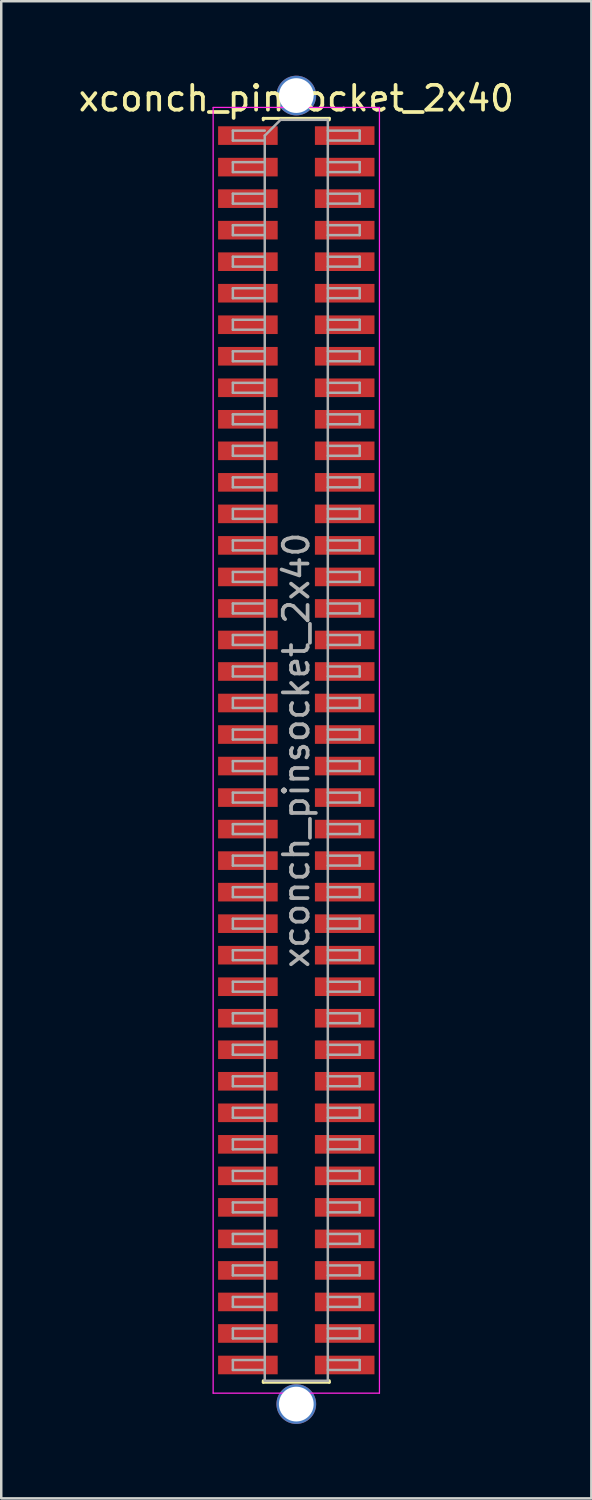
<source format=kicad_pcb>
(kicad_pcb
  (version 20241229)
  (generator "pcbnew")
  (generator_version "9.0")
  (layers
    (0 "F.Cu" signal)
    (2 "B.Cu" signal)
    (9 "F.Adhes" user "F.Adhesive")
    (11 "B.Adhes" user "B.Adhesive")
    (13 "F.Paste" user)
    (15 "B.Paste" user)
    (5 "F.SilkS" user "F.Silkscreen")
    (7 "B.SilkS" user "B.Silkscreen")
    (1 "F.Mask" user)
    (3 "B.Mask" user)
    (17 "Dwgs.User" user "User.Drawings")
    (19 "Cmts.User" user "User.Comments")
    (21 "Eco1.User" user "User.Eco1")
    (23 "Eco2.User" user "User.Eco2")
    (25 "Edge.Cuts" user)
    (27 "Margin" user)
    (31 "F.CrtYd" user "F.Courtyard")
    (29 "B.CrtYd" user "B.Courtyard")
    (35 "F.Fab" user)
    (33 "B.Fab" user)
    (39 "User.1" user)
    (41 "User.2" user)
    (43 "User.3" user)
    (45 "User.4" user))
  (footprint "xconch_pinsocket_2x40"
    (layer "F.Cu")
    (at 8.887 27.178)
    (property "Reference" "xconch_pinsocket_2x40" (at 0 -26.265 0) (layer "F.SilkS") (effects (font (size 1 1) (thickness 0.15))))
    (attr smd)
    (fp_line (start -1.33 -25.46) (end -1.33 -25.4) (stroke (width 0.12) (type solid)) (layer "F.SilkS"))
    (fp_line (start -1.33 -25.46) (end 1.33 -25.46) (stroke (width 0.12) (type solid)) (layer "F.SilkS"))
    (fp_line (start -1.33 25.4) (end -1.33 25.46) (stroke (width 0.12) (type solid)) (layer "F.SilkS"))
    (fp_line (start -1.33 25.46) (end 1.33 25.46) (stroke (width 0.12) (type solid)) (layer "F.SilkS"))
    (fp_line (start 1.33 -25.46) (end 1.33 -25.4) (stroke (width 0.12) (type solid)) (layer "F.SilkS"))
    (fp_line (start 1.33 25.4) (end 1.33 25.46) (stroke (width 0.12) (type solid)) (layer "F.SilkS"))
    (fp_line (start -3.35 -25.9) (end 3.35 -25.9) (stroke (width 0.05) (type solid)) (layer "F.CrtYd"))
    (fp_line (start -3.35 25.9) (end -3.35 -25.9) (stroke (width 0.05) (type solid)) (layer "F.CrtYd"))
    (fp_line (start 3.35 -25.9) (end 3.35 25.9) (stroke (width 0.05) (type solid)) (layer "F.CrtYd"))
    (fp_line (start 3.35 25.9) (end -3.35 25.9) (stroke (width 0.05) (type solid)) (layer "F.CrtYd"))
    (fp_line (start -2.555 -24.965) (end -1.27 -24.965) (stroke (width 0.1) (type solid)) (layer "F.Fab"))
    (fp_line (start -2.555 -24.565) (end -2.555 -24.965) (stroke (width 0.1) (type solid)) (layer "F.Fab"))
    (fp_line (start -2.555 -23.695) (end -1.27 -23.695) (stroke (width 0.1) (type solid)) (layer "F.Fab"))
    (fp_line (start -2.555 -23.295) (end -2.555 -23.695) (stroke (width 0.1) (type solid)) (layer "F.Fab"))
    (fp_line (start -2.555 -22.425) (end -1.27 -22.425) (stroke (width 0.1) (type solid)) (layer "F.Fab"))
    (fp_line (start -2.555 -22.025) (end -2.555 -22.425) (stroke (width 0.1) (type solid)) (layer "F.Fab"))
    (fp_line (start -2.555 -21.155) (end -1.27 -21.155) (stroke (width 0.1) (type solid)) (layer "F.Fab"))
    (fp_line (start -2.555 -20.755) (end -2.555 -21.155) (stroke (width 0.1) (type solid)) (layer "F.Fab"))
    (fp_line (start -2.555 -19.885) (end -1.27 -19.885) (stroke (width 0.1) (type solid)) (layer "F.Fab"))
    (fp_line (start -2.555 -19.485) (end -2.555 -19.885) (stroke (width 0.1) (type solid)) (layer "F.Fab"))
    (fp_line (start -2.555 -18.615) (end -1.27 -18.615) (stroke (width 0.1) (type solid)) (layer "F.Fab"))
    (fp_line (start -2.555 -18.215) (end -2.555 -18.615) (stroke (width 0.1) (type solid)) (layer "F.Fab"))
    (fp_line (start -2.555 -17.345) (end -1.27 -17.345) (stroke (width 0.1) (type solid)) (layer "F.Fab"))
    (fp_line (start -2.555 -16.945) (end -2.555 -17.345) (stroke (width 0.1) (type solid)) (layer "F.Fab"))
    (fp_line (start -2.555 -16.075) (end -1.27 -16.075) (stroke (width 0.1) (type solid)) (layer "F.Fab"))
    (fp_line (start -2.555 -15.675) (end -2.555 -16.075) (stroke (width 0.1) (type solid)) (layer "F.Fab"))
    (fp_line (start -2.555 -14.805) (end -1.27 -14.805) (stroke (width 0.1) (type solid)) (layer "F.Fab"))
    (fp_line (start -2.555 -14.405) (end -2.555 -14.805) (stroke (width 0.1) (type solid)) (layer "F.Fab"))
    (fp_line (start -2.555 -13.535) (end -1.27 -13.535) (stroke (width 0.1) (type solid)) (layer "F.Fab"))
    (fp_line (start -2.555 -13.135) (end -2.555 -13.535) (stroke (width 0.1) (type solid)) (layer "F.Fab"))
    (fp_line (start -2.555 -12.265) (end -1.27 -12.265) (stroke (width 0.1) (type solid)) (layer "F.Fab"))
    (fp_line (start -2.555 -11.865) (end -2.555 -12.265) (stroke (width 0.1) (type solid)) (layer "F.Fab"))
    (fp_line (start -2.555 -10.995) (end -1.27 -10.995) (stroke (width 0.1) (type solid)) (layer "F.Fab"))
    (fp_line (start -2.555 -10.595) (end -2.555 -10.995) (stroke (width 0.1) (type solid)) (layer "F.Fab"))
    (fp_line (start -2.555 -9.725) (end -1.27 -9.725) (stroke (width 0.1) (type solid)) (layer "F.Fab"))
    (fp_line (start -2.555 -9.325) (end -2.555 -9.725) (stroke (width 0.1) (type solid)) (layer "F.Fab"))
    (fp_line (start -2.555 -8.455) (end -1.27 -8.455) (stroke (width 0.1) (type solid)) (layer "F.Fab"))
    (fp_line (start -2.555 -8.055) (end -2.555 -8.455) (stroke (width 0.1) (type solid)) (layer "F.Fab"))
    (fp_line (start -2.555 -7.185) (end -1.27 -7.185) (stroke (width 0.1) (type solid)) (layer "F.Fab"))
    (fp_line (start -2.555 -6.785) (end -2.555 -7.185) (stroke (width 0.1) (type solid)) (layer "F.Fab"))
    (fp_line (start -2.555 -5.915) (end -1.27 -5.915) (stroke (width 0.1) (type solid)) (layer "F.Fab"))
    (fp_line (start -2.555 -5.515) (end -2.555 -5.915) (stroke (width 0.1) (type solid)) (layer "F.Fab"))
    (fp_line (start -2.555 -4.645) (end -1.27 -4.645) (stroke (width 0.1) (type solid)) (layer "F.Fab"))
    (fp_line (start -2.555 -4.245) (end -2.555 -4.645) (stroke (width 0.1) (type solid)) (layer "F.Fab"))
    (fp_line (start -2.555 -3.375) (end -1.27 -3.375) (stroke (width 0.1) (type solid)) (layer "F.Fab"))
    (fp_line (start -2.555 -2.975) (end -2.555 -3.375) (stroke (width 0.1) (type solid)) (layer "F.Fab"))
    (fp_line (start -2.555 -2.105) (end -1.27 -2.105) (stroke (width 0.1) (type solid)) (layer "F.Fab"))
    (fp_line (start -2.555 -1.705) (end -2.555 -2.105) (stroke (width 0.1) (type solid)) (layer "F.Fab"))
    (fp_line (start -2.555 -0.835) (end -1.27 -0.835) (stroke (width 0.1) (type solid)) (layer "F.Fab"))
    (fp_line (start -2.555 -0.435) (end -2.555 -0.835) (stroke (width 0.1) (type solid)) (layer "F.Fab"))
    (fp_line (start -2.555 0.435) (end -1.27 0.435) (stroke (width 0.1) (type solid)) (layer "F.Fab"))
    (fp_line (start -2.555 0.835) (end -2.555 0.435) (stroke (width 0.1) (type solid)) (layer "F.Fab"))
    (fp_line (start -2.555 1.705) (end -1.27 1.705) (stroke (width 0.1) (type solid)) (layer "F.Fab"))
    (fp_line (start -2.555 2.105) (end -2.555 1.705) (stroke (width 0.1) (type solid)) (layer "F.Fab"))
    (fp_line (start -2.555 2.975) (end -1.27 2.975) (stroke (width 0.1) (type solid)) (layer "F.Fab"))
    (fp_line (start -2.555 3.375) (end -2.555 2.975) (stroke (width 0.1) (type solid)) (layer "F.Fab"))
    (fp_line (start -2.555 4.245) (end -1.27 4.245) (stroke (width 0.1) (type solid)) (layer "F.Fab"))
    (fp_line (start -2.555 4.645) (end -2.555 4.245) (stroke (width 0.1) (type solid)) (layer "F.Fab"))
    (fp_line (start -2.555 5.515) (end -1.27 5.515) (stroke (width 0.1) (type solid)) (layer "F.Fab"))
    (fp_line (start -2.555 5.915) (end -2.555 5.515) (stroke (width 0.1) (type solid)) (layer "F.Fab"))
    (fp_line (start -2.555 6.785) (end -1.27 6.785) (stroke (width 0.1) (type solid)) (layer "F.Fab"))
    (fp_line (start -2.555 7.185) (end -2.555 6.785) (stroke (width 0.1) (type solid)) (layer "F.Fab"))
    (fp_line (start -2.555 8.055) (end -1.27 8.055) (stroke (width 0.1) (type solid)) (layer "F.Fab"))
    (fp_line (start -2.555 8.455) (end -2.555 8.055) (stroke (width 0.1) (type solid)) (layer "F.Fab"))
    (fp_line (start -2.555 9.325) (end -1.27 9.325) (stroke (width 0.1) (type solid)) (layer "F.Fab"))
    (fp_line (start -2.555 9.725) (end -2.555 9.325) (stroke (width 0.1) (type solid)) (layer "F.Fab"))
    (fp_line (start -2.555 10.595) (end -1.27 10.595) (stroke (width 0.1) (type solid)) (layer "F.Fab"))
    (fp_line (start -2.555 10.995) (end -2.555 10.595) (stroke (width 0.1) (type solid)) (layer "F.Fab"))
    (fp_line (start -2.555 11.865) (end -1.27 11.865) (stroke (width 0.1) (type solid)) (layer "F.Fab"))
    (fp_line (start -2.555 12.265) (end -2.555 11.865) (stroke (width 0.1) (type solid)) (layer "F.Fab"))
    (fp_line (start -2.555 13.135) (end -1.27 13.135) (stroke (width 0.1) (type solid)) (layer "F.Fab"))
    (fp_line (start -2.555 13.535) (end -2.555 13.135) (stroke (width 0.1) (type solid)) (layer "F.Fab"))
    (fp_line (start -2.555 14.405) (end -1.27 14.405) (stroke (width 0.1) (type solid)) (layer "F.Fab"))
    (fp_line (start -2.555 14.805) (end -2.555 14.405) (stroke (width 0.1) (type solid)) (layer "F.Fab"))
    (fp_line (start -2.555 15.675) (end -1.27 15.675) (stroke (width 0.1) (type solid)) (layer "F.Fab"))
    (fp_line (start -2.555 16.075) (end -2.555 15.675) (stroke (width 0.1) (type solid)) (layer "F.Fab"))
    (fp_line (start -2.555 16.945) (end -1.27 16.945) (stroke (width 0.1) (type solid)) (layer "F.Fab"))
    (fp_line (start -2.555 17.345) (end -2.555 16.945) (stroke (width 0.1) (type solid)) (layer "F.Fab"))
    (fp_line (start -2.555 18.215) (end -1.27 18.215) (stroke (width 0.1) (type solid)) (layer "F.Fab"))
    (fp_line (start -2.555 18.615) (end -2.555 18.215) (stroke (width 0.1) (type solid)) (layer "F.Fab"))
    (fp_line (start -2.555 19.485) (end -1.27 19.485) (stroke (width 0.1) (type solid)) (layer "F.Fab"))
    (fp_line (start -2.555 19.885) (end -2.555 19.485) (stroke (width 0.1) (type solid)) (layer "F.Fab"))
    (fp_line (start -2.555 20.755) (end -1.27 20.755) (stroke (width 0.1) (type solid)) (layer "F.Fab"))
    (fp_line (start -2.555 21.155) (end -2.555 20.755) (stroke (width 0.1) (type solid)) (layer "F.Fab"))
    (fp_line (start -2.555 22.025) (end -1.27 22.025) (stroke (width 0.1) (type solid)) (layer "F.Fab"))
    (fp_line (start -2.555 22.425) (end -2.555 22.025) (stroke (width 0.1) (type solid)) (layer "F.Fab"))
    (fp_line (start -2.555 23.295) (end -1.27 23.295) (stroke (width 0.1) (type solid)) (layer "F.Fab"))
    (fp_line (start -2.555 23.695) (end -2.555 23.295) (stroke (width 0.1) (type solid)) (layer "F.Fab"))
    (fp_line (start -2.555 24.565) (end -1.27 24.565) (stroke (width 0.1) (type solid)) (layer "F.Fab"))
    (fp_line (start -2.555 24.965) (end -2.555 24.565) (stroke (width 0.1) (type solid)) (layer "F.Fab"))
    (fp_line (start -1.27 -24.765) (end -1.27 25.4) (stroke (width 0.1) (type solid)) (layer "F.Fab"))
    (fp_line (start -1.27 -24.565) (end -2.555 -24.565) (stroke (width 0.1) (type solid)) (layer "F.Fab"))
    (fp_line (start -1.27 -23.295) (end -2.555 -23.295) (stroke (width 0.1) (type solid)) (layer "F.Fab"))
    (fp_line (start -1.27 -22.025) (end -2.555 -22.025) (stroke (width 0.1) (type solid)) (layer "F.Fab"))
    (fp_line (start -1.27 -20.755) (end -2.555 -20.755) (stroke (width 0.1) (type solid)) (layer "F.Fab"))
    (fp_line (start -1.27 -19.485) (end -2.555 -19.485) (stroke (width 0.1) (type solid)) (layer "F.Fab"))
    (fp_line (start -1.27 -18.215) (end -2.555 -18.215) (stroke (width 0.1) (type solid)) (layer "F.Fab"))
    (fp_line (start -1.27 -16.945) (end -2.555 -16.945) (stroke (width 0.1) (type solid)) (layer "F.Fab"))
    (fp_line (start -1.27 -15.675) (end -2.555 -15.675) (stroke (width 0.1) (type solid)) (layer "F.Fab"))
    (fp_line (start -1.27 -14.405) (end -2.555 -14.405) (stroke (width 0.1) (type solid)) (layer "F.Fab"))
    (fp_line (start -1.27 -13.135) (end -2.555 -13.135) (stroke (width 0.1) (type solid)) (layer "F.Fab"))
    (fp_line (start -1.27 -11.865) (end -2.555 -11.865) (stroke (width 0.1) (type solid)) (layer "F.Fab"))
    (fp_line (start -1.27 -10.595) (end -2.555 -10.595) (stroke (width 0.1) (type solid)) (layer "F.Fab"))
    (fp_line (start -1.27 -9.325) (end -2.555 -9.325) (stroke (width 0.1) (type solid)) (layer "F.Fab"))
    (fp_line (start -1.27 -8.055) (end -2.555 -8.055) (stroke (width 0.1) (type solid)) (layer "F.Fab"))
    (fp_line (start -1.27 -6.785) (end -2.555 -6.785) (stroke (width 0.1) (type solid)) (layer "F.Fab"))
    (fp_line (start -1.27 -5.515) (end -2.555 -5.515) (stroke (width 0.1) (type solid)) (layer "F.Fab"))
    (fp_line (start -1.27 -4.245) (end -2.555 -4.245) (stroke (width 0.1) (type solid)) (layer "F.Fab"))
    (fp_line (start -1.27 -2.975) (end -2.555 -2.975) (stroke (width 0.1) (type solid)) (layer "F.Fab"))
    (fp_line (start -1.27 -1.705) (end -2.555 -1.705) (stroke (width 0.1) (type solid)) (layer "F.Fab"))
    (fp_line (start -1.27 -0.435) (end -2.555 -0.435) (stroke (width 0.1) (type solid)) (layer "F.Fab"))
    (fp_line (start -1.27 0.835) (end -2.555 0.835) (stroke (width 0.1) (type solid)) (layer "F.Fab"))
    (fp_line (start -1.27 2.105) (end -2.555 2.105) (stroke (width 0.1) (type solid)) (layer "F.Fab"))
    (fp_line (start -1.27 3.375) (end -2.555 3.375) (stroke (width 0.1) (type solid)) (layer "F.Fab"))
    (fp_line (start -1.27 4.645) (end -2.555 4.645) (stroke (width 0.1) (type solid)) (layer "F.Fab"))
    (fp_line (start -1.27 5.915) (end -2.555 5.915) (stroke (width 0.1) (type solid)) (layer "F.Fab"))
    (fp_line (start -1.27 7.185) (end -2.555 7.185) (stroke (width 0.1) (type solid)) (layer "F.Fab"))
    (fp_line (start -1.27 8.455) (end -2.555 8.455) (stroke (width 0.1) (type solid)) (layer "F.Fab"))
    (fp_line (start -1.27 9.725) (end -2.555 9.725) (stroke (width 0.1) (type solid)) (layer "F.Fab"))
    (fp_line (start -1.27 10.995) (end -2.555 10.995) (stroke (width 0.1) (type solid)) (layer "F.Fab"))
    (fp_line (start -1.27 12.265) (end -2.555 12.265) (stroke (width 0.1) (type solid)) (layer "F.Fab"))
    (fp_line (start -1.27 13.535) (end -2.555 13.535) (stroke (width 0.1) (type solid)) (layer "F.Fab"))
    (fp_line (start -1.27 14.805) (end -2.555 14.805) (stroke (width 0.1) (type solid)) (layer "F.Fab"))
    (fp_line (start -1.27 16.075) (end -2.555 16.075) (stroke (width 0.1) (type solid)) (layer "F.Fab"))
    (fp_line (start -1.27 17.345) (end -2.555 17.345) (stroke (width 0.1) (type solid)) (layer "F.Fab"))
    (fp_line (start -1.27 18.615) (end -2.555 18.615) (stroke (width 0.1) (type solid)) (layer "F.Fab"))
    (fp_line (start -1.27 19.885) (end -2.555 19.885) (stroke (width 0.1) (type solid)) (layer "F.Fab"))
    (fp_line (start -1.27 21.155) (end -2.555 21.155) (stroke (width 0.1) (type solid)) (layer "F.Fab"))
    (fp_line (start -1.27 22.425) (end -2.555 22.425) (stroke (width 0.1) (type solid)) (layer "F.Fab"))
    (fp_line (start -1.27 23.695) (end -2.555 23.695) (stroke (width 0.1) (type solid)) (layer "F.Fab"))
    (fp_line (start -1.27 24.965) (end -2.555 24.965) (stroke (width 0.1) (type solid)) (layer "F.Fab"))
    (fp_line (start -0.635 -25.4) (end -1.27 -24.765) (stroke (width 0.1) (type solid)) (layer "F.Fab"))
    (fp_line (start -0.635 -25.4) (end 1.27 -25.4) (stroke (width 0.1) (type solid)) (layer "F.Fab"))
    (fp_line (start 1.27 -24.965) (end 2.555 -24.965) (stroke (width 0.1) (type solid)) (layer "F.Fab"))
    (fp_line (start 1.27 -23.695) (end 2.555 -23.695) (stroke (width 0.1) (type solid)) (layer "F.Fab"))
    (fp_line (start 1.27 -22.425) (end 2.555 -22.425) (stroke (width 0.1) (type solid)) (layer "F.Fab"))
    (fp_line (start 1.27 -21.155) (end 2.555 -21.155) (stroke (width 0.1) (type solid)) (layer "F.Fab"))
    (fp_line (start 1.27 -19.885) (end 2.555 -19.885) (stroke (width 0.1) (type solid)) (layer "F.Fab"))
    (fp_line (start 1.27 -18.615) (end 2.555 -18.615) (stroke (width 0.1) (type solid)) (layer "F.Fab"))
    (fp_line (start 1.27 -17.345) (end 2.555 -17.345) (stroke (width 0.1) (type solid)) (layer "F.Fab"))
    (fp_line (start 1.27 -16.075) (end 2.555 -16.075) (stroke (width 0.1) (type solid)) (layer "F.Fab"))
    (fp_line (start 1.27 -14.805) (end 2.555 -14.805) (stroke (width 0.1) (type solid)) (layer "F.Fab"))
    (fp_line (start 1.27 -13.535) (end 2.555 -13.535) (stroke (width 0.1) (type solid)) (layer "F.Fab"))
    (fp_line (start 1.27 -12.265) (end 2.555 -12.265) (stroke (width 0.1) (type solid)) (layer "F.Fab"))
    (fp_line (start 1.27 -10.995) (end 2.555 -10.995) (stroke (width 0.1) (type solid)) (layer "F.Fab"))
    (fp_line (start 1.27 -9.725) (end 2.555 -9.725) (stroke (width 0.1) (type solid)) (layer "F.Fab"))
    (fp_line (start 1.27 -8.455) (end 2.555 -8.455) (stroke (width 0.1) (type solid)) (layer "F.Fab"))
    (fp_line (start 1.27 -7.185) (end 2.555 -7.185) (stroke (width 0.1) (type solid)) (layer "F.Fab"))
    (fp_line (start 1.27 -5.915) (end 2.555 -5.915) (stroke (width 0.1) (type solid)) (layer "F.Fab"))
    (fp_line (start 1.27 -4.645) (end 2.555 -4.645) (stroke (width 0.1) (type solid)) (layer "F.Fab"))
    (fp_line (start 1.27 -3.375) (end 2.555 -3.375) (stroke (width 0.1) (type solid)) (layer "F.Fab"))
    (fp_line (start 1.27 -2.105) (end 2.555 -2.105) (stroke (width 0.1) (type solid)) (layer "F.Fab"))
    (fp_line (start 1.27 -0.835) (end 2.555 -0.835) (stroke (width 0.1) (type solid)) (layer "F.Fab"))
    (fp_line (start 1.27 0.435) (end 2.555 0.435) (stroke (width 0.1) (type solid)) (layer "F.Fab"))
    (fp_line (start 1.27 1.705) (end 2.555 1.705) (stroke (width 0.1) (type solid)) (layer "F.Fab"))
    (fp_line (start 1.27 2.975) (end 2.555 2.975) (stroke (width 0.1) (type solid)) (layer "F.Fab"))
    (fp_line (start 1.27 4.245) (end 2.555 4.245) (stroke (width 0.1) (type solid)) (layer "F.Fab"))
    (fp_line (start 1.27 5.515) (end 2.555 5.515) (stroke (width 0.1) (type solid)) (layer "F.Fab"))
    (fp_line (start 1.27 6.785) (end 2.555 6.785) (stroke (width 0.1) (type solid)) (layer "F.Fab"))
    (fp_line (start 1.27 8.055) (end 2.555 8.055) (stroke (width 0.1) (type solid)) (layer "F.Fab"))
    (fp_line (start 1.27 9.325) (end 2.555 9.325) (stroke (width 0.1) (type solid)) (layer "F.Fab"))
    (fp_line (start 1.27 10.595) (end 2.555 10.595) (stroke (width 0.1) (type solid)) (layer "F.Fab"))
    (fp_line (start 1.27 11.865) (end 2.555 11.865) (stroke (width 0.1) (type solid)) (layer "F.Fab"))
    (fp_line (start 1.27 13.135) (end 2.555 13.135) (stroke (width 0.1) (type solid)) (layer "F.Fab"))
    (fp_line (start 1.27 14.405) (end 2.555 14.405) (stroke (width 0.1) (type solid)) (layer "F.Fab"))
    (fp_line (start 1.27 15.675) (end 2.555 15.675) (stroke (width 0.1) (type solid)) (layer "F.Fab"))
    (fp_line (start 1.27 16.945) (end 2.555 16.945) (stroke (width 0.1) (type solid)) (layer "F.Fab"))
    (fp_line (start 1.27 18.215) (end 2.555 18.215) (stroke (width 0.1) (type solid)) (layer "F.Fab"))
    (fp_line (start 1.27 19.485) (end 2.555 19.485) (stroke (width 0.1) (type solid)) (layer "F.Fab"))
    (fp_line (start 1.27 20.755) (end 2.555 20.755) (stroke (width 0.1) (type solid)) (layer "F.Fab"))
    (fp_line (start 1.27 22.025) (end 2.555 22.025) (stroke (width 0.1) (type solid)) (layer "F.Fab"))
    (fp_line (start 1.27 23.295) (end 2.555 23.295) (stroke (width 0.1) (type solid)) (layer "F.Fab"))
    (fp_line (start 1.27 24.565) (end 2.555 24.565) (stroke (width 0.1) (type solid)) (layer "F.Fab"))
    (fp_line (start 1.27 25.4) (end -1.27 25.4) (stroke (width 0.1) (type solid)) (layer "F.Fab"))
    (fp_line (start 1.27 25.4) (end 1.27 -25.4) (stroke (width 0.1) (type solid)) (layer "F.Fab"))
    (fp_line (start 2.555 -24.965) (end 2.555 -24.565) (stroke (width 0.1) (type solid)) (layer "F.Fab"))
    (fp_line (start 2.555 -24.565) (end 1.27 -24.565) (stroke (width 0.1) (type solid)) (layer "F.Fab"))
    (fp_line (start 2.555 -23.695) (end 2.555 -23.295) (stroke (width 0.1) (type solid)) (layer "F.Fab"))
    (fp_line (start 2.555 -23.295) (end 1.27 -23.295) (stroke (width 0.1) (type solid)) (layer "F.Fab"))
    (fp_line (start 2.555 -22.425) (end 2.555 -22.025) (stroke (width 0.1) (type solid)) (layer "F.Fab"))
    (fp_line (start 2.555 -22.025) (end 1.27 -22.025) (stroke (width 0.1) (type solid)) (layer "F.Fab"))
    (fp_line (start 2.555 -21.155) (end 2.555 -20.755) (stroke (width 0.1) (type solid)) (layer "F.Fab"))
    (fp_line (start 2.555 -20.755) (end 1.27 -20.755) (stroke (width 0.1) (type solid)) (layer "F.Fab"))
    (fp_line (start 2.555 -19.885) (end 2.555 -19.485) (stroke (width 0.1) (type solid)) (layer "F.Fab"))
    (fp_line (start 2.555 -19.485) (end 1.27 -19.485) (stroke (width 0.1) (type solid)) (layer "F.Fab"))
    (fp_line (start 2.555 -18.615) (end 2.555 -18.215) (stroke (width 0.1) (type solid)) (layer "F.Fab"))
    (fp_line (start 2.555 -18.215) (end 1.27 -18.215) (stroke (width 0.1) (type solid)) (layer "F.Fab"))
    (fp_line (start 2.555 -17.345) (end 2.555 -16.945) (stroke (width 0.1) (type solid)) (layer "F.Fab"))
    (fp_line (start 2.555 -16.945) (end 1.27 -16.945) (stroke (width 0.1) (type solid)) (layer "F.Fab"))
    (fp_line (start 2.555 -16.075) (end 2.555 -15.675) (stroke (width 0.1) (type solid)) (layer "F.Fab"))
    (fp_line (start 2.555 -15.675) (end 1.27 -15.675) (stroke (width 0.1) (type solid)) (layer "F.Fab"))
    (fp_line (start 2.555 -14.805) (end 2.555 -14.405) (stroke (width 0.1) (type solid)) (layer "F.Fab"))
    (fp_line (start 2.555 -14.405) (end 1.27 -14.405) (stroke (width 0.1) (type solid)) (layer "F.Fab"))
    (fp_line (start 2.555 -13.535) (end 2.555 -13.135) (stroke (width 0.1) (type solid)) (layer "F.Fab"))
    (fp_line (start 2.555 -13.135) (end 1.27 -13.135) (stroke (width 0.1) (type solid)) (layer "F.Fab"))
    (fp_line (start 2.555 -12.265) (end 2.555 -11.865) (stroke (width 0.1) (type solid)) (layer "F.Fab"))
    (fp_line (start 2.555 -11.865) (end 1.27 -11.865) (stroke (width 0.1) (type solid)) (layer "F.Fab"))
    (fp_line (start 2.555 -10.995) (end 2.555 -10.595) (stroke (width 0.1) (type solid)) (layer "F.Fab"))
    (fp_line (start 2.555 -10.595) (end 1.27 -10.595) (stroke (width 0.1) (type solid)) (layer "F.Fab"))
    (fp_line (start 2.555 -9.725) (end 2.555 -9.325) (stroke (width 0.1) (type solid)) (layer "F.Fab"))
    (fp_line (start 2.555 -9.325) (end 1.27 -9.325) (stroke (width 0.1) (type solid)) (layer "F.Fab"))
    (fp_line (start 2.555 -8.455) (end 2.555 -8.055) (stroke (width 0.1) (type solid)) (layer "F.Fab"))
    (fp_line (start 2.555 -8.055) (end 1.27 -8.055) (stroke (width 0.1) (type solid)) (layer "F.Fab"))
    (fp_line (start 2.555 -7.185) (end 2.555 -6.785) (stroke (width 0.1) (type solid)) (layer "F.Fab"))
    (fp_line (start 2.555 -6.785) (end 1.27 -6.785) (stroke (width 0.1) (type solid)) (layer "F.Fab"))
    (fp_line (start 2.555 -5.915) (end 2.555 -5.515) (stroke (width 0.1) (type solid)) (layer "F.Fab"))
    (fp_line (start 2.555 -5.515) (end 1.27 -5.515) (stroke (width 0.1) (type solid)) (layer "F.Fab"))
    (fp_line (start 2.555 -4.645) (end 2.555 -4.245) (stroke (width 0.1) (type solid)) (layer "F.Fab"))
    (fp_line (start 2.555 -4.245) (end 1.27 -4.245) (stroke (width 0.1) (type solid)) (layer "F.Fab"))
    (fp_line (start 2.555 -3.375) (end 2.555 -2.975) (stroke (width 0.1) (type solid)) (layer "F.Fab"))
    (fp_line (start 2.555 -2.975) (end 1.27 -2.975) (stroke (width 0.1) (type solid)) (layer "F.Fab"))
    (fp_line (start 2.555 -2.105) (end 2.555 -1.705) (stroke (width 0.1) (type solid)) (layer "F.Fab"))
    (fp_line (start 2.555 -1.705) (end 1.27 -1.705) (stroke (width 0.1) (type solid)) (layer "F.Fab"))
    (fp_line (start 2.555 -0.835) (end 2.555 -0.435) (stroke (width 0.1) (type solid)) (layer "F.Fab"))
    (fp_line (start 2.555 -0.435) (end 1.27 -0.435) (stroke (width 0.1) (type solid)) (layer "F.Fab"))
    (fp_line (start 2.555 0.435) (end 2.555 0.835) (stroke (width 0.1) (type solid)) (layer "F.Fab"))
    (fp_line (start 2.555 0.835) (end 1.27 0.835) (stroke (width 0.1) (type solid)) (layer "F.Fab"))
    (fp_line (start 2.555 1.705) (end 2.555 2.105) (stroke (width 0.1) (type solid)) (layer "F.Fab"))
    (fp_line (start 2.555 2.105) (end 1.27 2.105) (stroke (width 0.1) (type solid)) (layer "F.Fab"))
    (fp_line (start 2.555 2.975) (end 2.555 3.375) (stroke (width 0.1) (type solid)) (layer "F.Fab"))
    (fp_line (start 2.555 3.375) (end 1.27 3.375) (stroke (width 0.1) (type solid)) (layer "F.Fab"))
    (fp_line (start 2.555 4.245) (end 2.555 4.645) (stroke (width 0.1) (type solid)) (layer "F.Fab"))
    (fp_line (start 2.555 4.645) (end 1.27 4.645) (stroke (width 0.1) (type solid)) (layer "F.Fab"))
    (fp_line (start 2.555 5.515) (end 2.555 5.915) (stroke (width 0.1) (type solid)) (layer "F.Fab"))
    (fp_line (start 2.555 5.915) (end 1.27 5.915) (stroke (width 0.1) (type solid)) (layer "F.Fab"))
    (fp_line (start 2.555 6.785) (end 2.555 7.185) (stroke (width 0.1) (type solid)) (layer "F.Fab"))
    (fp_line (start 2.555 7.185) (end 1.27 7.185) (stroke (width 0.1) (type solid)) (layer "F.Fab"))
    (fp_line (start 2.555 8.055) (end 2.555 8.455) (stroke (width 0.1) (type solid)) (layer "F.Fab"))
    (fp_line (start 2.555 8.455) (end 1.27 8.455) (stroke (width 0.1) (type solid)) (layer "F.Fab"))
    (fp_line (start 2.555 9.325) (end 2.555 9.725) (stroke (width 0.1) (type solid)) (layer "F.Fab"))
    (fp_line (start 2.555 9.725) (end 1.27 9.725) (stroke (width 0.1) (type solid)) (layer "F.Fab"))
    (fp_line (start 2.555 10.595) (end 2.555 10.995) (stroke (width 0.1) (type solid)) (layer "F.Fab"))
    (fp_line (start 2.555 10.995) (end 1.27 10.995) (stroke (width 0.1) (type solid)) (layer "F.Fab"))
    (fp_line (start 2.555 11.865) (end 2.555 12.265) (stroke (width 0.1) (type solid)) (layer "F.Fab"))
    (fp_line (start 2.555 12.265) (end 1.27 12.265) (stroke (width 0.1) (type solid)) (layer "F.Fab"))
    (fp_line (start 2.555 13.135) (end 2.555 13.535) (stroke (width 0.1) (type solid)) (layer "F.Fab"))
    (fp_line (start 2.555 13.535) (end 1.27 13.535) (stroke (width 0.1) (type solid)) (layer "F.Fab"))
    (fp_line (start 2.555 14.405) (end 2.555 14.805) (stroke (width 0.1) (type solid)) (layer "F.Fab"))
    (fp_line (start 2.555 14.805) (end 1.27 14.805) (stroke (width 0.1) (type solid)) (layer "F.Fab"))
    (fp_line (start 2.555 15.675) (end 2.555 16.075) (stroke (width 0.1) (type solid)) (layer "F.Fab"))
    (fp_line (start 2.555 16.075) (end 1.27 16.075) (stroke (width 0.1) (type solid)) (layer "F.Fab"))
    (fp_line (start 2.555 16.945) (end 2.555 17.345) (stroke (width 0.1) (type solid)) (layer "F.Fab"))
    (fp_line (start 2.555 17.345) (end 1.27 17.345) (stroke (width 0.1) (type solid)) (layer "F.Fab"))
    (fp_line (start 2.555 18.215) (end 2.555 18.615) (stroke (width 0.1) (type solid)) (layer "F.Fab"))
    (fp_line (start 2.555 18.615) (end 1.27 18.615) (stroke (width 0.1) (type solid)) (layer "F.Fab"))
    (fp_line (start 2.555 19.485) (end 2.555 19.885) (stroke (width 0.1) (type solid)) (layer "F.Fab"))
    (fp_line (start 2.555 19.885) (end 1.27 19.885) (stroke (width 0.1) (type solid)) (layer "F.Fab"))
    (fp_line (start 2.555 20.755) (end 2.555 21.155) (stroke (width 0.1) (type solid)) (layer "F.Fab"))
    (fp_line (start 2.555 21.155) (end 1.27 21.155) (stroke (width 0.1) (type solid)) (layer "F.Fab"))
    (fp_line (start 2.555 22.025) (end 2.555 22.425) (stroke (width 0.1) (type solid)) (layer "F.Fab"))
    (fp_line (start 2.555 22.425) (end 1.27 22.425) (stroke (width 0.1) (type solid)) (layer "F.Fab"))
    (fp_line (start 2.555 23.295) (end 2.555 23.695) (stroke (width 0.1) (type solid)) (layer "F.Fab"))
    (fp_line (start 2.555 23.695) (end 1.27 23.695) (stroke (width 0.1) (type solid)) (layer "F.Fab"))
    (fp_line (start 2.555 24.565) (end 2.555 24.965) (stroke (width 0.1) (type solid)) (layer "F.Fab"))
    (fp_line (start 2.555 24.965) (end 1.27 24.965) (stroke (width 0.1) (type solid)) (layer "F.Fab"))
    (fp_text user "${REFERENCE}" (at 0 0 90) (layer "F.Fab") (effects (font (size 1 1) (thickness 0.15))))
    (pad "" thru_hole circle (at 0 -26.378) (size 1.6 1.6) (drill 1.4) (layers "*.Cu" "*.Mask"))
    (pad "" thru_hole circle (at 0 26.34) (size 1.6 1.6) (drill 1.4) (layers "*.Cu" "*.Mask"))
    (pad "1" smd rect (at -1.95 -24.765) (size 2.4 0.75) (layers "F.Cu" "F.Mask" "F.Paste"))
    (pad "2" smd rect (at 1.95 -24.765) (size 2.4 0.75) (layers "F.Cu" "F.Mask" "F.Paste"))
    (pad "3" smd rect (at -1.95 -23.495) (size 2.4 0.75) (layers "F.Cu" "F.Mask" "F.Paste"))
    (pad "4" smd rect (at 1.95 -23.495) (size 2.4 0.75) (layers "F.Cu" "F.Mask" "F.Paste"))
    (pad "5" smd rect (at -1.95 -22.225) (size 2.4 0.75) (layers "F.Cu" "F.Mask" "F.Paste"))
    (pad "6" smd rect (at 1.95 -22.225) (size 2.4 0.75) (layers "F.Cu" "F.Mask" "F.Paste"))
    (pad "7" smd rect (at -1.95 -20.955) (size 2.4 0.75) (layers "F.Cu" "F.Mask" "F.Paste"))
    (pad "8" smd rect (at 1.95 -20.955) (size 2.4 0.75) (layers "F.Cu" "F.Mask" "F.Paste"))
    (pad "9" smd rect (at -1.95 -19.685) (size 2.4 0.75) (layers "F.Cu" "F.Mask" "F.Paste"))
    (pad "10" smd rect (at 1.95 -19.685) (size 2.4 0.75) (layers "F.Cu" "F.Mask" "F.Paste"))
    (pad "11" smd rect (at -1.95 -18.415) (size 2.4 0.75) (layers "F.Cu" "F.Mask" "F.Paste"))
    (pad "12" smd rect (at 1.95 -18.415) (size 2.4 0.75) (layers "F.Cu" "F.Mask" "F.Paste"))
    (pad "13" smd rect (at -1.95 -17.145) (size 2.4 0.75) (layers "F.Cu" "F.Mask" "F.Paste"))
    (pad "14" smd rect (at 1.95 -17.145) (size 2.4 0.75) (layers "F.Cu" "F.Mask" "F.Paste"))
    (pad "15" smd rect (at -1.95 -15.875) (size 2.4 0.75) (layers "F.Cu" "F.Mask" "F.Paste"))
    (pad "16" smd rect (at 1.95 -15.875) (size 2.4 0.75) (layers "F.Cu" "F.Mask" "F.Paste"))
    (pad "17" smd rect (at -1.95 -14.605) (size 2.4 0.75) (layers "F.Cu" "F.Mask" "F.Paste"))
    (pad "18" smd rect (at 1.95 -14.605) (size 2.4 0.75) (layers "F.Cu" "F.Mask" "F.Paste"))
    (pad "19" smd rect (at -1.95 -13.335) (size 2.4 0.75) (layers "F.Cu" "F.Mask" "F.Paste"))
    (pad "20" smd rect (at 1.95 -13.335) (size 2.4 0.75) (layers "F.Cu" "F.Mask" "F.Paste"))
    (pad "21" smd rect (at -1.95 -12.065) (size 2.4 0.75) (layers "F.Cu" "F.Mask" "F.Paste"))
    (pad "22" smd rect (at 1.95 -12.065) (size 2.4 0.75) (layers "F.Cu" "F.Mask" "F.Paste"))
    (pad "23" smd rect (at -1.95 -10.795) (size 2.4 0.75) (layers "F.Cu" "F.Mask" "F.Paste"))
    (pad "24" smd rect (at 1.95 -10.795) (size 2.4 0.75) (layers "F.Cu" "F.Mask" "F.Paste"))
    (pad "25" smd rect (at -1.95 -9.525) (size 2.4 0.75) (layers "F.Cu" "F.Mask" "F.Paste"))
    (pad "26" smd rect (at 1.95 -9.525) (size 2.4 0.75) (layers "F.Cu" "F.Mask" "F.Paste"))
    (pad "27" smd rect (at -1.95 -8.255) (size 2.4 0.75) (layers "F.Cu" "F.Mask" "F.Paste"))
    (pad "28" smd rect (at 1.95 -8.255) (size 2.4 0.75) (layers "F.Cu" "F.Mask" "F.Paste"))
    (pad "29" smd rect (at -1.95 -6.985) (size 2.4 0.75) (layers "F.Cu" "F.Mask" "F.Paste"))
    (pad "30" smd rect (at 1.95 -6.985) (size 2.4 0.75) (layers "F.Cu" "F.Mask" "F.Paste"))
    (pad "31" smd rect (at -1.95 -5.715) (size 2.4 0.75) (layers "F.Cu" "F.Mask" "F.Paste"))
    (pad "32" smd rect (at 1.95 -5.715) (size 2.4 0.75) (layers "F.Cu" "F.Mask" "F.Paste"))
    (pad "33" smd rect (at -1.95 -4.445) (size 2.4 0.75) (layers "F.Cu" "F.Mask" "F.Paste"))
    (pad "34" smd rect (at 1.95 -4.445) (size 2.4 0.75) (layers "F.Cu" "F.Mask" "F.Paste"))
    (pad "35" smd rect (at -1.95 -3.175) (size 2.4 0.75) (layers "F.Cu" "F.Mask" "F.Paste"))
    (pad "36" smd rect (at 1.95 -3.175) (size 2.4 0.75) (layers "F.Cu" "F.Mask" "F.Paste"))
    (pad "37" smd rect (at -1.95 -1.905) (size 2.4 0.75) (layers "F.Cu" "F.Mask" "F.Paste"))
    (pad "38" smd rect (at 1.95 -1.905) (size 2.4 0.75) (layers "F.Cu" "F.Mask" "F.Paste"))
    (pad "39" smd rect (at -1.95 -0.635) (size 2.4 0.75) (layers "F.Cu" "F.Mask" "F.Paste"))
    (pad "40" smd rect (at 1.95 -0.635) (size 2.4 0.75) (layers "F.Cu" "F.Mask" "F.Paste"))
    (pad "41" smd rect (at -1.95 0.635) (size 2.4 0.75) (layers "F.Cu" "F.Mask" "F.Paste"))
    (pad "42" smd rect (at 1.95 0.635) (size 2.4 0.75) (layers "F.Cu" "F.Mask" "F.Paste"))
    (pad "43" smd rect (at -1.95 1.905) (size 2.4 0.75) (layers "F.Cu" "F.Mask" "F.Paste"))
    (pad "44" smd rect (at 1.95 1.905) (size 2.4 0.75) (layers "F.Cu" "F.Mask" "F.Paste"))
    (pad "45" smd rect (at -1.95 3.175) (size 2.4 0.75) (layers "F.Cu" "F.Mask" "F.Paste"))
    (pad "46" smd rect (at 1.95 3.175) (size 2.4 0.75) (layers "F.Cu" "F.Mask" "F.Paste"))
    (pad "47" smd rect (at -1.95 4.445) (size 2.4 0.75) (layers "F.Cu" "F.Mask" "F.Paste"))
    (pad "48" smd rect (at 1.95 4.445) (size 2.4 0.75) (layers "F.Cu" "F.Mask" "F.Paste"))
    (pad "49" smd rect (at -1.95 5.715) (size 2.4 0.75) (layers "F.Cu" "F.Mask" "F.Paste"))
    (pad "50" smd rect (at 1.95 5.715) (size 2.4 0.75) (layers "F.Cu" "F.Mask" "F.Paste"))
    (pad "51" smd rect (at -1.95 6.985) (size 2.4 0.75) (layers "F.Cu" "F.Mask" "F.Paste"))
    (pad "52" smd rect (at 1.95 6.985) (size 2.4 0.75) (layers "F.Cu" "F.Mask" "F.Paste"))
    (pad "53" smd rect (at -1.95 8.255) (size 2.4 0.75) (layers "F.Cu" "F.Mask" "F.Paste"))
    (pad "54" smd rect (at 1.95 8.255) (size 2.4 0.75) (layers "F.Cu" "F.Mask" "F.Paste"))
    (pad "55" smd rect (at -1.95 9.525) (size 2.4 0.75) (layers "F.Cu" "F.Mask" "F.Paste"))
    (pad "56" smd rect (at 1.95 9.525) (size 2.4 0.75) (layers "F.Cu" "F.Mask" "F.Paste"))
    (pad "57" smd rect (at -1.95 10.795) (size 2.4 0.75) (layers "F.Cu" "F.Mask" "F.Paste"))
    (pad "58" smd rect (at 1.95 10.795) (size 2.4 0.75) (layers "F.Cu" "F.Mask" "F.Paste"))
    (pad "59" smd rect (at -1.95 12.065) (size 2.4 0.75) (layers "F.Cu" "F.Mask" "F.Paste"))
    (pad "60" smd rect (at 1.95 12.065) (size 2.4 0.75) (layers "F.Cu" "F.Mask" "F.Paste"))
    (pad "61" smd rect (at -1.95 13.335) (size 2.4 0.75) (layers "F.Cu" "F.Mask" "F.Paste"))
    (pad "62" smd rect (at 1.95 13.335) (size 2.4 0.75) (layers "F.Cu" "F.Mask" "F.Paste"))
    (pad "63" smd rect (at -1.95 14.605) (size 2.4 0.75) (layers "F.Cu" "F.Mask" "F.Paste"))
    (pad "64" smd rect (at 1.95 14.605) (size 2.4 0.75) (layers "F.Cu" "F.Mask" "F.Paste"))
    (pad "65" smd rect (at -1.95 15.875) (size 2.4 0.75) (layers "F.Cu" "F.Mask" "F.Paste"))
    (pad "66" smd rect (at 1.95 15.875) (size 2.4 0.75) (layers "F.Cu" "F.Mask" "F.Paste"))
    (pad "67" smd rect (at -1.95 17.145) (size 2.4 0.75) (layers "F.Cu" "F.Mask" "F.Paste"))
    (pad "68" smd rect (at 1.95 17.145) (size 2.4 0.75) (layers "F.Cu" "F.Mask" "F.Paste"))
    (pad "69" smd rect (at -1.95 18.415) (size 2.4 0.75) (layers "F.Cu" "F.Mask" "F.Paste"))
    (pad "70" smd rect (at 1.95 18.415) (size 2.4 0.75) (layers "F.Cu" "F.Mask" "F.Paste"))
    (pad "71" smd rect (at -1.95 19.685) (size 2.4 0.75) (layers "F.Cu" "F.Mask" "F.Paste"))
    (pad "72" smd rect (at 1.95 19.685) (size 2.4 0.75) (layers "F.Cu" "F.Mask" "F.Paste"))
    (pad "73" smd rect (at -1.95 20.955) (size 2.4 0.75) (layers "F.Cu" "F.Mask" "F.Paste"))
    (pad "74" smd rect (at 1.95 20.955) (size 2.4 0.75) (layers "F.Cu" "F.Mask" "F.Paste"))
    (pad "75" smd rect (at -1.95 22.225) (size 2.4 0.75) (layers "F.Cu" "F.Mask" "F.Paste"))
    (pad "76" smd rect (at 1.95 22.225) (size 2.4 0.75) (layers "F.Cu" "F.Mask" "F.Paste"))
    (pad "77" smd rect (at -1.95 23.495) (size 2.4 0.75) (layers "F.Cu" "F.Mask" "F.Paste"))
    (pad "78" smd rect (at 1.95 23.495) (size 2.4 0.75) (layers "F.Cu" "F.Mask" "F.Paste"))
    (pad "79" smd rect (at -1.95 24.765) (size 2.4 0.75) (layers "F.Cu" "F.Mask" "F.Paste"))
    (pad "80" smd rect (at 1.95 24.765) (size 2.4 0.75) (layers "F.Cu" "F.Mask" "F.Paste")))
  (gr_rect
    (start -3 -3)
    (end 20.774 57.318)
    (stroke (width 0.1) (type default))
    (fill no)
    (layer "Edge.Cuts")))
</source>
